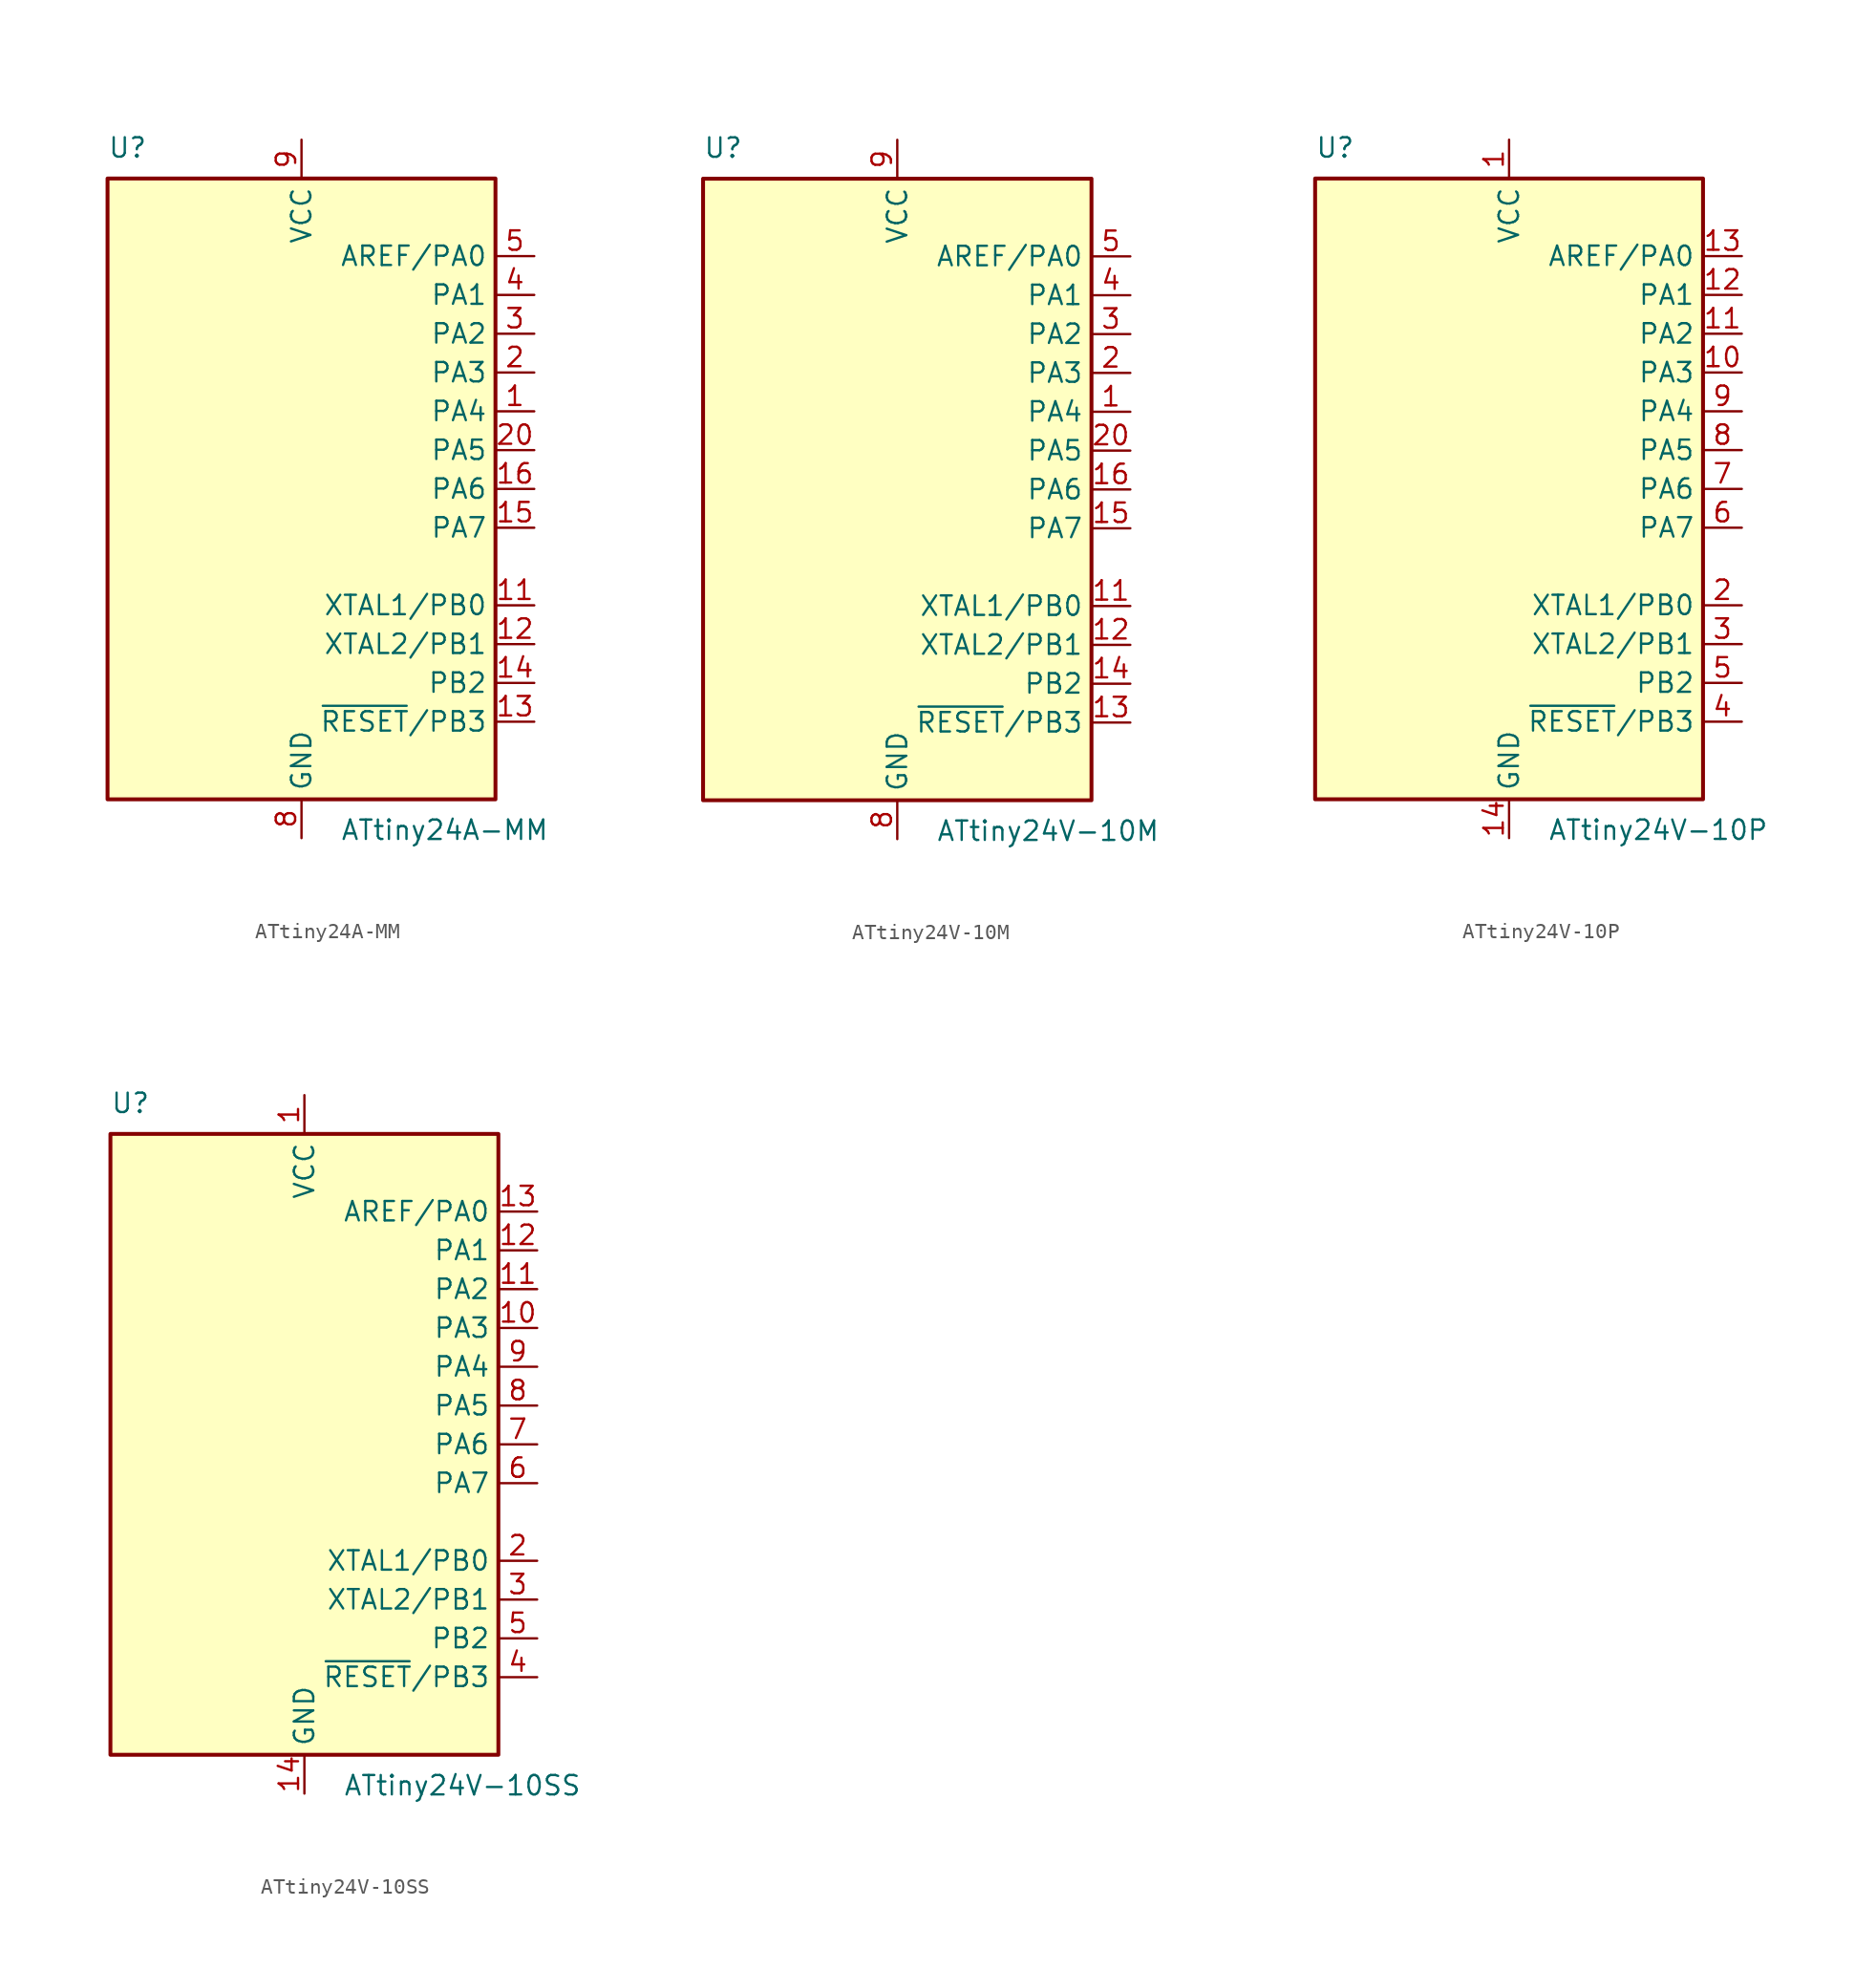
<source format=kicad_sym>
(kicad_symbol_lib
  (version 20201005)
  (generator kicad_symbol_editor)
  (symbol "MCU_Microchip_ATtiny:ATtiny24A-MM"
    (property "Reference" "U"
      (at -12.7 21.59 0)
      (effects (font (size 1.27 1.27)) (justify left bottom)))
    (property "Value" "ATtiny24A-MM"
      (at 2.54 -21.59 0)
      (effects (font (size 1.27 1.27)) (justify left top)))
    (symbol "ATtiny24A-MM_0_1"
      (rectangle (start -12.7 -20.32) (end 12.7 20.32) (stroke (width 0.254)) (fill (type background))))
    (symbol "ATtiny24A-MM_1_1"
      (pin bidirectional line (at 15.24 5.08 180) (length 2.54) (name "PA4" (effects (font (size 1.27 1.27)))) (number "1" (effects (font (size 1.27 1.27)))))
      (pin no_connect line (at -12.7 -10.16 0) (length 2.54) hide (name "NC" (effects (font (size 1.27 1.27)))) (number "10" (effects (font (size 1.27 1.27)))))
      (pin bidirectional line (at 15.24 -7.62 180) (length 2.54) (name "XTAL1/PB0" (effects (font (size 1.27 1.27)))) (number "11" (effects (font (size 1.27 1.27)))))
      (pin bidirectional line (at 15.24 -10.16 180) (length 2.54) (name "XTAL2/PB1" (effects (font (size 1.27 1.27)))) (number "12" (effects (font (size 1.27 1.27)))))
      (pin bidirectional line (at 15.24 -15.24 180) (length 2.54) (name "~RESET~/PB3" (effects (font (size 1.27 1.27)))) (number "13" (effects (font (size 1.27 1.27)))))
      (pin bidirectional line (at 15.24 -12.7 180) (length 2.54) (name "PB2" (effects (font (size 1.27 1.27)))) (number "14" (effects (font (size 1.27 1.27)))))
      (pin bidirectional line (at 15.24 -2.54 180) (length 2.54) (name "PA7" (effects (font (size 1.27 1.27)))) (number "15" (effects (font (size 1.27 1.27)))))
      (pin bidirectional line (at 15.24 0 180) (length 2.54) (name "PA6" (effects (font (size 1.27 1.27)))) (number "16" (effects (font (size 1.27 1.27)))))
      (pin no_connect line (at -12.7 -12.7 0) (length 2.54) hide (name "NC" (effects (font (size 1.27 1.27)))) (number "17" (effects (font (size 1.27 1.27)))))
      (pin no_connect line (at -12.7 -15.24 0) (length 2.54) hide (name "NC" (effects (font (size 1.27 1.27)))) (number "18" (effects (font (size 1.27 1.27)))))
      (pin no_connect line (at -12.7 -17.78 0) (length 2.54) hide (name "NC" (effects (font (size 1.27 1.27)))) (number "19" (effects (font (size 1.27 1.27)))))
      (pin bidirectional line (at 15.24 7.62 180) (length 2.54) (name "PA3" (effects (font (size 1.27 1.27)))) (number "2" (effects (font (size 1.27 1.27)))))
      (pin bidirectional line (at 15.24 2.54 180) (length 2.54) (name "PA5" (effects (font (size 1.27 1.27)))) (number "20" (effects (font (size 1.27 1.27)))))
      (pin passive line (at 0 -22.86 90) (length 2.54) hide (name "GND" (effects (font (size 1.27 1.27)))) (number "21" (effects (font (size 1.27 1.27)))))
      (pin bidirectional line (at 15.24 10.16 180) (length 2.54) (name "PA2" (effects (font (size 1.27 1.27)))) (number "3" (effects (font (size 1.27 1.27)))))
      (pin bidirectional line (at 15.24 12.7 180) (length 2.54) (name "PA1" (effects (font (size 1.27 1.27)))) (number "4" (effects (font (size 1.27 1.27)))))
      (pin bidirectional line (at 15.24 15.24 180) (length 2.54) (name "AREF/PA0" (effects (font (size 1.27 1.27)))) (number "5" (effects (font (size 1.27 1.27)))))
      (pin no_connect line (at -12.7 -5.08 0) (length 2.54) hide (name "NC" (effects (font (size 1.27 1.27)))) (number "6" (effects (font (size 1.27 1.27)))))
      (pin no_connect line (at -12.7 -7.62 0) (length 2.54) hide (name "NC" (effects (font (size 1.27 1.27)))) (number "7" (effects (font (size 1.27 1.27)))))
      (pin power_in line (at 0 -22.86 90) (length 2.54) (name "GND" (effects (font (size 1.27 1.27)))) (number "8" (effects (font (size 1.27 1.27)))))
      (pin power_in line (at 0 22.86 270) (length 2.54) (name "VCC" (effects (font (size 1.27 1.27)))) (number "9" (effects (font (size 1.27 1.27)))))))
  (symbol "MCU_Microchip_ATtiny:ATtiny24V-10M"
    (property "Reference" "U"
      (at -12.7 21.59 0)
      (effects (font (size 1.27 1.27)) (justify left bottom)))
    (property "Value" "ATtiny24V-10M"
      (at 2.54 -21.59 0)
      (effects (font (size 1.27 1.27)) (justify left top)))
    (symbol "ATtiny24V-10M_0_1"
      (rectangle (start -12.7 -20.32) (end 12.7 20.32) (stroke (width 0.254)) (fill (type background))))
    (symbol "ATtiny24V-10M_1_1"
      (pin bidirectional line (at 15.24 5.08 180) (length 2.54) (name "PA4" (effects (font (size 1.27 1.27)))) (number "1" (effects (font (size 1.27 1.27)))))
      (pin no_connect line (at -12.7 -10.16 0) (length 2.54) hide (name "NC" (effects (font (size 1.27 1.27)))) (number "10" (effects (font (size 1.27 1.27)))))
      (pin bidirectional line (at 15.24 -7.62 180) (length 2.54) (name "XTAL1/PB0" (effects (font (size 1.27 1.27)))) (number "11" (effects (font (size 1.27 1.27)))))
      (pin bidirectional line (at 15.24 -10.16 180) (length 2.54) (name "XTAL2/PB1" (effects (font (size 1.27 1.27)))) (number "12" (effects (font (size 1.27 1.27)))))
      (pin bidirectional line (at 15.24 -15.24 180) (length 2.54) (name "~RESET~/PB3" (effects (font (size 1.27 1.27)))) (number "13" (effects (font (size 1.27 1.27)))))
      (pin bidirectional line (at 15.24 -12.7 180) (length 2.54) (name "PB2" (effects (font (size 1.27 1.27)))) (number "14" (effects (font (size 1.27 1.27)))))
      (pin bidirectional line (at 15.24 -2.54 180) (length 2.54) (name "PA7" (effects (font (size 1.27 1.27)))) (number "15" (effects (font (size 1.27 1.27)))))
      (pin bidirectional line (at 15.24 0 180) (length 2.54) (name "PA6" (effects (font (size 1.27 1.27)))) (number "16" (effects (font (size 1.27 1.27)))))
      (pin no_connect line (at -12.7 -12.7 0) (length 2.54) hide (name "NC" (effects (font (size 1.27 1.27)))) (number "17" (effects (font (size 1.27 1.27)))))
      (pin no_connect line (at -12.7 -15.24 0) (length 2.54) hide (name "NC" (effects (font (size 1.27 1.27)))) (number "18" (effects (font (size 1.27 1.27)))))
      (pin no_connect line (at -12.7 -17.78 0) (length 2.54) hide (name "NC" (effects (font (size 1.27 1.27)))) (number "19" (effects (font (size 1.27 1.27)))))
      (pin bidirectional line (at 15.24 7.62 180) (length 2.54) (name "PA3" (effects (font (size 1.27 1.27)))) (number "2" (effects (font (size 1.27 1.27)))))
      (pin bidirectional line (at 15.24 2.54 180) (length 2.54) (name "PA5" (effects (font (size 1.27 1.27)))) (number "20" (effects (font (size 1.27 1.27)))))
      (pin passive line (at 0 -22.86 90) (length 2.54) hide (name "GND" (effects (font (size 1.27 1.27)))) (number "21" (effects (font (size 1.27 1.27)))))
      (pin bidirectional line (at 15.24 10.16 180) (length 2.54) (name "PA2" (effects (font (size 1.27 1.27)))) (number "3" (effects (font (size 1.27 1.27)))))
      (pin bidirectional line (at 15.24 12.7 180) (length 2.54) (name "PA1" (effects (font (size 1.27 1.27)))) (number "4" (effects (font (size 1.27 1.27)))))
      (pin bidirectional line (at 15.24 15.24 180) (length 2.54) (name "AREF/PA0" (effects (font (size 1.27 1.27)))) (number "5" (effects (font (size 1.27 1.27)))))
      (pin no_connect line (at -12.7 -5.08 0) (length 2.54) hide (name "NC" (effects (font (size 1.27 1.27)))) (number "6" (effects (font (size 1.27 1.27)))))
      (pin no_connect line (at -12.7 -7.62 0) (length 2.54) hide (name "NC" (effects (font (size 1.27 1.27)))) (number "7" (effects (font (size 1.27 1.27)))))
      (pin power_in line (at 0 -22.86 90) (length 2.54) (name "GND" (effects (font (size 1.27 1.27)))) (number "8" (effects (font (size 1.27 1.27)))))
      (pin power_in line (at 0 22.86 270) (length 2.54) (name "VCC" (effects (font (size 1.27 1.27)))) (number "9" (effects (font (size 1.27 1.27)))))))
  (symbol "MCU_Microchip_ATtiny:ATtiny24V-10P"
    (property "Reference" "U"
      (at -12.7 21.59 0)
      (effects (font (size 1.27 1.27)) (justify left bottom)))
    (property "Value" "ATtiny24V-10P"
      (at 2.54 -21.59 0)
      (effects (font (size 1.27 1.27)) (justify left top)))
    (symbol "ATtiny24V-10P_0_1"
      (rectangle (start -12.7 -20.32) (end 12.7 20.32) (stroke (width 0.254)) (fill (type background))))
    (symbol "ATtiny24V-10P_1_1"
      (pin power_in line (at 0 22.86 270) (length 2.54) (name "VCC" (effects (font (size 1.27 1.27)))) (number "1" (effects (font (size 1.27 1.27)))))
      (pin bidirectional line (at 15.24 7.62 180) (length 2.54) (name "PA3" (effects (font (size 1.27 1.27)))) (number "10" (effects (font (size 1.27 1.27)))))
      (pin bidirectional line (at 15.24 10.16 180) (length 2.54) (name "PA2" (effects (font (size 1.27 1.27)))) (number "11" (effects (font (size 1.27 1.27)))))
      (pin bidirectional line (at 15.24 12.7 180) (length 2.54) (name "PA1" (effects (font (size 1.27 1.27)))) (number "12" (effects (font (size 1.27 1.27)))))
      (pin bidirectional line (at 15.24 15.24 180) (length 2.54) (name "AREF/PA0" (effects (font (size 1.27 1.27)))) (number "13" (effects (font (size 1.27 1.27)))))
      (pin power_in line (at 0 -22.86 90) (length 2.54) (name "GND" (effects (font (size 1.27 1.27)))) (number "14" (effects (font (size 1.27 1.27)))))
      (pin bidirectional line (at 15.24 -7.62 180) (length 2.54) (name "XTAL1/PB0" (effects (font (size 1.27 1.27)))) (number "2" (effects (font (size 1.27 1.27)))))
      (pin bidirectional line (at 15.24 -10.16 180) (length 2.54) (name "XTAL2/PB1" (effects (font (size 1.27 1.27)))) (number "3" (effects (font (size 1.27 1.27)))))
      (pin bidirectional line (at 15.24 -15.24 180) (length 2.54) (name "~RESET~/PB3" (effects (font (size 1.27 1.27)))) (number "4" (effects (font (size 1.27 1.27)))))
      (pin bidirectional line (at 15.24 -12.7 180) (length 2.54) (name "PB2" (effects (font (size 1.27 1.27)))) (number "5" (effects (font (size 1.27 1.27)))))
      (pin bidirectional line (at 15.24 -2.54 180) (length 2.54) (name "PA7" (effects (font (size 1.27 1.27)))) (number "6" (effects (font (size 1.27 1.27)))))
      (pin bidirectional line (at 15.24 0 180) (length 2.54) (name "PA6" (effects (font (size 1.27 1.27)))) (number "7" (effects (font (size 1.27 1.27)))))
      (pin bidirectional line (at 15.24 2.54 180) (length 2.54) (name "PA5" (effects (font (size 1.27 1.27)))) (number "8" (effects (font (size 1.27 1.27)))))
      (pin bidirectional line (at 15.24 5.08 180) (length 2.54) (name "PA4" (effects (font (size 1.27 1.27)))) (number "9" (effects (font (size 1.27 1.27)))))))
  (symbol "MCU_Microchip_ATtiny:ATtiny24V-10SS"
    (property "Reference" "U"
      (at -12.7 21.59 0)
      (effects (font (size 1.27 1.27)) (justify left bottom)))
    (property "Value" "ATtiny24V-10SS"
      (at 2.54 -21.59 0)
      (effects (font (size 1.27 1.27)) (justify left top)))
    (symbol "ATtiny24V-10SS_0_1"
      (rectangle (start -12.7 -20.32) (end 12.7 20.32) (stroke (width 0.254)) (fill (type background))))
    (symbol "ATtiny24V-10SS_1_1"
      (pin power_in line (at 0 22.86 270) (length 2.54) (name "VCC" (effects (font (size 1.27 1.27)))) (number "1" (effects (font (size 1.27 1.27)))))
      (pin bidirectional line (at 15.24 7.62 180) (length 2.54) (name "PA3" (effects (font (size 1.27 1.27)))) (number "10" (effects (font (size 1.27 1.27)))))
      (pin bidirectional line (at 15.24 10.16 180) (length 2.54) (name "PA2" (effects (font (size 1.27 1.27)))) (number "11" (effects (font (size 1.27 1.27)))))
      (pin bidirectional line (at 15.24 12.7 180) (length 2.54) (name "PA1" (effects (font (size 1.27 1.27)))) (number "12" (effects (font (size 1.27 1.27)))))
      (pin bidirectional line (at 15.24 15.24 180) (length 2.54) (name "AREF/PA0" (effects (font (size 1.27 1.27)))) (number "13" (effects (font (size 1.27 1.27)))))
      (pin power_in line (at 0 -22.86 90) (length 2.54) (name "GND" (effects (font (size 1.27 1.27)))) (number "14" (effects (font (size 1.27 1.27)))))
      (pin bidirectional line (at 15.24 -7.62 180) (length 2.54) (name "XTAL1/PB0" (effects (font (size 1.27 1.27)))) (number "2" (effects (font (size 1.27 1.27)))))
      (pin bidirectional line (at 15.24 -10.16 180) (length 2.54) (name "XTAL2/PB1" (effects (font (size 1.27 1.27)))) (number "3" (effects (font (size 1.27 1.27)))))
      (pin bidirectional line (at 15.24 -15.24 180) (length 2.54) (name "~RESET~/PB3" (effects (font (size 1.27 1.27)))) (number "4" (effects (font (size 1.27 1.27)))))
      (pin bidirectional line (at 15.24 -12.7 180) (length 2.54) (name "PB2" (effects (font (size 1.27 1.27)))) (number "5" (effects (font (size 1.27 1.27)))))
      (pin bidirectional line (at 15.24 -2.54 180) (length 2.54) (name "PA7" (effects (font (size 1.27 1.27)))) (number "6" (effects (font (size 1.27 1.27)))))
      (pin bidirectional line (at 15.24 0 180) (length 2.54) (name "PA6" (effects (font (size 1.27 1.27)))) (number "7" (effects (font (size 1.27 1.27)))))
      (pin bidirectional line (at 15.24 2.54 180) (length 2.54) (name "PA5" (effects (font (size 1.27 1.27)))) (number "8" (effects (font (size 1.27 1.27)))))
      (pin bidirectional line (at 15.24 5.08 180) (length 2.54) (name "PA4" (effects (font (size 1.27 1.27)))) (number "9" (effects (font (size 1.27 1.27))))))))
</source>
